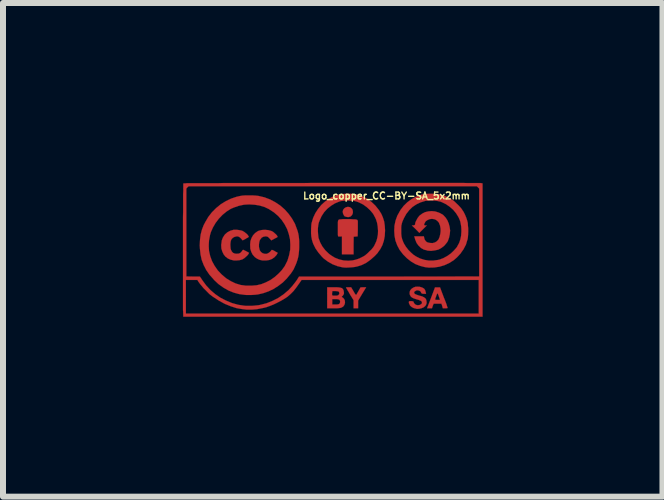
<source format=kicad_pcb>
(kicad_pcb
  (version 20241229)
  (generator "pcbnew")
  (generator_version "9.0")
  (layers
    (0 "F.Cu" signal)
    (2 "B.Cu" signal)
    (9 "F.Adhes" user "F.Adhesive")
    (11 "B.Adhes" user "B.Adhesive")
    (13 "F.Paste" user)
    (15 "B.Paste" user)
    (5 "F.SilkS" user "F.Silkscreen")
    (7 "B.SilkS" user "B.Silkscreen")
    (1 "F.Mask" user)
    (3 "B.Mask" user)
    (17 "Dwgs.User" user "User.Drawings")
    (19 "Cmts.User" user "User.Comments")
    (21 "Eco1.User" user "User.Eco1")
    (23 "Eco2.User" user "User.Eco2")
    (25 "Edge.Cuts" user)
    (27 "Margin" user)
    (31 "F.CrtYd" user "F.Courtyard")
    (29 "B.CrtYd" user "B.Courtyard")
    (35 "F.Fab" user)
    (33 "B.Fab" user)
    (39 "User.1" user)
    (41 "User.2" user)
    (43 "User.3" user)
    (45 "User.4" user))
  (footprint "Logo_copper_CC-BY-SA_5x2mm"
    (layer "F.Cu")
    (at 2.496 1.116)
    (property "Reference" "Logo_copper_CC-BY-SA_5x2mm" (at 0.9 -0.9 0) (layer "F.SilkS") (effects (font (size 0.114 0.114) (thickness 0.023))))
    (attr exclude_from_pos_files exclude_from_bom)
    (fp_poly (pts (xy 0.34 -0.625) (xy 0.335 -0.599) (xy 0.323 -0.577) (xy 0.302 -0.556) (xy 0.272 -0.546) (xy 0.269 -0.546) (xy 0.251 -0.546) (xy 0.231 -0.549) (xy 0.226 -0.551) (xy 0.208 -0.556) (xy 0.201 -0.561) (xy 0.198 -0.561) (xy 0.196 -0.566) (xy 0.188 -0.577) (xy 0.185 -0.582) (xy 0.173 -0.612) (xy 0.17 -0.643) (xy 0.18 -0.671) (xy 0.198 -0.693) (xy 0.224 -0.709) (xy 0.254 -0.716) (xy 0.259 -0.716) (xy 0.29 -0.711) (xy 0.312 -0.696) (xy 0.33 -0.676) (xy 0.338 -0.65) (xy 0.34 -0.625)) (stroke (width 0.003) (type solid)) (fill yes) (layer "F.Cu"))
    (fp_poly (pts (xy 0.561 0.625) (xy 0.493 0.737) (xy 0.427 0.848) (xy 0.427 0.912) (xy 0.427 0.975) (xy 0.389 0.975) (xy 0.351 0.975) (xy 0.351 0.909) (xy 0.351 0.841) (xy 0.287 0.737) (xy 0.269 0.704) (xy 0.251 0.676) (xy 0.239 0.653) (xy 0.229 0.638) (xy 0.224 0.63) (xy 0.229 0.627) (xy 0.244 0.625) (xy 0.264 0.625) (xy 0.267 0.625) (xy 0.31 0.625) (xy 0.351 0.693) (xy 0.368 0.724) (xy 0.381 0.742) (xy 0.391 0.752) (xy 0.396 0.752) (xy 0.401 0.742) (xy 0.411 0.726) (xy 0.424 0.704) (xy 0.434 0.686) (xy 0.467 0.627) (xy 0.513 0.625) (xy 0.561 0.625)) (stroke (width 0.003) (type solid)) (fill yes) (layer "F.Cu"))
    (fp_poly (pts (xy 1.92 0.97) (xy 1.915 0.973) (xy 1.9 0.975) (xy 1.88 0.975) (xy 1.839 0.975) (xy 1.829 0.937) (xy 1.816 0.899) (xy 1.793 0.899) (xy 1.793 0.836) (xy 1.773 0.777) (xy 1.765 0.754) (xy 1.755 0.734) (xy 1.75 0.726) (xy 1.75 0.724) (xy 1.745 0.732) (xy 1.737 0.749) (xy 1.73 0.77) (xy 1.722 0.792) (xy 1.714 0.813) (xy 1.712 0.828) (xy 1.709 0.831) (xy 1.717 0.833) (xy 1.732 0.836) (xy 1.75 0.836) (xy 1.793 0.836) (xy 1.793 0.899) (xy 1.75 0.899) (xy 1.687 0.899) (xy 1.671 0.937) (xy 1.659 0.975) (xy 1.618 0.975) (xy 1.577 0.975) (xy 1.643 0.803) (xy 1.709 0.627) (xy 1.753 0.627) (xy 1.793 0.627) (xy 1.857 0.798) (xy 1.875 0.841) (xy 1.89 0.881) (xy 1.902 0.914) (xy 1.91 0.942) (xy 1.918 0.963) (xy 1.92 0.97)) (stroke (width 0.003) (type solid)) (fill yes) (layer "F.Cu"))
    (fp_poly (pts (xy 0.422 -0.452) (xy 0.422 -0.432) (xy 0.422 -0.404) (xy 0.422 -0.371) (xy 0.422 -0.338) (xy 0.419 -0.224) (xy 0.386 -0.221) (xy 0.353 -0.218) (xy 0.351 -0.071) (xy 0.351 0.076) (xy 0.254 0.076) (xy 0.157 0.076) (xy 0.157 -0.074) (xy 0.157 -0.224) (xy 0.132 -0.221) (xy 0.112 -0.221) (xy 0.099 -0.221) (xy 0.097 -0.221) (xy 0.094 -0.226) (xy 0.091 -0.236) (xy 0.089 -0.254) (xy 0.089 -0.282) (xy 0.089 -0.32) (xy 0.089 -0.353) (xy 0.089 -0.396) (xy 0.089 -0.432) (xy 0.089 -0.457) (xy 0.091 -0.475) (xy 0.094 -0.488) (xy 0.097 -0.495) (xy 0.099 -0.495) (xy 0.102 -0.5) (xy 0.107 -0.503) (xy 0.114 -0.505) (xy 0.124 -0.508) (xy 0.142 -0.508) (xy 0.168 -0.511) (xy 0.201 -0.511) (xy 0.246 -0.511) (xy 0.254 -0.511) (xy 0.305 -0.511) (xy 0.343 -0.508) (xy 0.373 -0.508) (xy 0.394 -0.505) (xy 0.409 -0.5) (xy 0.417 -0.495) (xy 0.419 -0.485) (xy 0.422 -0.475) (xy 0.422 -0.462) (xy 0.422 -0.452)) (stroke (width 0.003) (type solid)) (fill yes) (layer "F.Cu"))
    (fp_poly (pts (xy -1.392 0.051) (xy -1.402 0.071) (xy -1.42 0.094) (xy -1.445 0.117) (xy -1.471 0.14) (xy -1.499 0.157) (xy -1.504 0.16) (xy -1.549 0.173) (xy -1.603 0.178) (xy -1.643 0.178) (xy -1.699 0.165) (xy -1.745 0.145) (xy -1.786 0.114) (xy -1.816 0.076) (xy -1.839 0.028) (xy -1.854 -0.023) (xy -1.857 -0.084) (xy -1.854 -0.099) (xy -1.847 -0.155) (xy -1.829 -0.203) (xy -1.803 -0.244) (xy -1.793 -0.257) (xy -1.753 -0.292) (xy -1.704 -0.318) (xy -1.651 -0.333) (xy -1.595 -0.333) (xy -1.57 -0.33) (xy -1.539 -0.325) (xy -1.509 -0.318) (xy -1.488 -0.307) (xy -1.471 -0.297) (xy -1.448 -0.279) (xy -1.427 -0.262) (xy -1.412 -0.244) (xy -1.4 -0.226) (xy -1.397 -0.218) (xy -1.402 -0.211) (xy -1.417 -0.201) (xy -1.438 -0.191) (xy -1.448 -0.183) (xy -1.499 -0.157) (xy -1.529 -0.191) (xy -1.547 -0.208) (xy -1.56 -0.216) (xy -1.572 -0.221) (xy -1.587 -0.224) (xy -1.598 -0.224) (xy -1.633 -0.216) (xy -1.661 -0.201) (xy -1.687 -0.175) (xy -1.687 -0.17) (xy -1.697 -0.15) (xy -1.702 -0.117) (xy -1.704 -0.084) (xy -1.702 -0.046) (xy -1.699 -0.015) (xy -1.694 0) (xy -1.679 0.03) (xy -1.659 0.051) (xy -1.628 0.064) (xy -1.598 0.066) (xy -1.565 0.064) (xy -1.539 0.053) (xy -1.519 0.033) (xy -1.509 0.02) (xy -1.499 0.005) (xy -1.491 0) (xy -1.483 0.003) (xy -1.468 0.01) (xy -1.448 0.02) (xy -1.438 0.025) (xy -1.392 0.051)) (stroke (width 0.003) (type solid)) (fill yes) (layer "F.Cu"))
    (fp_poly (pts (xy -0.917 0.051) (xy -0.917 0.058) (xy -0.925 0.071) (xy -0.932 0.084) (xy -0.968 0.124) (xy -1.008 0.152) (xy -1.054 0.17) (xy -1.107 0.178) (xy -1.166 0.178) (xy -1.214 0.168) (xy -1.255 0.15) (xy -1.293 0.124) (xy -1.3 0.117) (xy -1.333 0.079) (xy -1.356 0.033) (xy -1.372 -0.02) (xy -1.372 -0.03) (xy -1.374 -0.089) (xy -1.369 -0.145) (xy -1.351 -0.196) (xy -1.326 -0.241) (xy -1.293 -0.277) (xy -1.252 -0.307) (xy -1.229 -0.318) (xy -1.179 -0.33) (xy -1.125 -0.333) (xy -1.072 -0.328) (xy -1.024 -0.315) (xy -1.016 -0.312) (xy -0.993 -0.3) (xy -0.968 -0.279) (xy -0.945 -0.259) (xy -0.927 -0.239) (xy -0.922 -0.229) (xy -0.917 -0.221) (xy -0.917 -0.213) (xy -0.925 -0.208) (xy -0.937 -0.201) (xy -0.958 -0.191) (xy -0.968 -0.185) (xy -1.021 -0.157) (xy -1.052 -0.191) (xy -1.069 -0.208) (xy -1.079 -0.216) (xy -1.092 -0.221) (xy -1.11 -0.224) (xy -1.118 -0.224) (xy -1.153 -0.218) (xy -1.181 -0.203) (xy -1.201 -0.178) (xy -1.212 -0.163) (xy -1.222 -0.13) (xy -1.227 -0.089) (xy -1.227 -0.048) (xy -1.219 -0.01) (xy -1.214 0.008) (xy -1.194 0.036) (xy -1.168 0.056) (xy -1.138 0.066) (xy -1.105 0.069) (xy -1.074 0.058) (xy -1.046 0.038) (xy -1.031 0.023) (xy -1.021 0.01) (xy -1.019 0.005) (xy -1.016 0.003) (xy -1.006 0.003) (xy -0.991 0.008) (xy -0.968 0.02) (xy -0.947 0.033) (xy -0.927 0.043) (xy -0.917 0.048) (xy -0.917 0.051)) (stroke (width 0.003) (type solid)) (fill yes) (layer "F.Cu"))
    (fp_poly (pts (xy 0.208 0.886) (xy 0.198 0.919) (xy 0.178 0.947) (xy 0.15 0.963) (xy 0.137 0.968) (xy 0.127 0.97) (xy 0.127 0.866) (xy 0.124 0.848) (xy 0.117 0.836) (xy 0.114 0.833) (xy 0.114 0.721) (xy 0.107 0.704) (xy 0.104 0.699) (xy 0.094 0.693) (xy 0.076 0.691) (xy 0.048 0.688) (xy 0.043 0.688) (xy -0.003 0.688) (xy -0.005 0.709) (xy -0.008 0.729) (xy -0.008 0.747) (xy -0.005 0.757) (xy 0 0.762) (xy 0.005 0.765) (xy 0.023 0.765) (xy 0.038 0.765) (xy 0.071 0.765) (xy 0.094 0.759) (xy 0.099 0.754) (xy 0.112 0.739) (xy 0.114 0.721) (xy 0.114 0.833) (xy 0.102 0.828) (xy 0.076 0.823) (xy 0.046 0.823) (xy -0.005 0.823) (xy -0.005 0.866) (xy -0.005 0.912) (xy 0.048 0.912) (xy 0.079 0.912) (xy 0.097 0.909) (xy 0.109 0.904) (xy 0.114 0.902) (xy 0.124 0.884) (xy 0.127 0.866) (xy 0.127 0.97) (xy 0.124 0.97) (xy 0.107 0.973) (xy 0.081 0.975) (xy 0.048 0.975) (xy 0.015 0.975) (xy -0.089 0.975) (xy -0.089 0.8) (xy -0.089 0.625) (xy 0.015 0.625) (xy 0.061 0.625) (xy 0.097 0.627) (xy 0.122 0.63) (xy 0.142 0.635) (xy 0.157 0.64) (xy 0.168 0.65) (xy 0.173 0.655) (xy 0.183 0.673) (xy 0.188 0.699) (xy 0.191 0.724) (xy 0.188 0.737) (xy 0.18 0.752) (xy 0.168 0.77) (xy 0.165 0.77) (xy 0.155 0.78) (xy 0.155 0.787) (xy 0.157 0.79) (xy 0.175 0.8) (xy 0.193 0.82) (xy 0.203 0.841) (xy 0.206 0.851) (xy 0.208 0.886)) (stroke (width 0.003) (type solid)) (fill yes) (layer "F.Cu"))
    (fp_poly (pts (xy 1.57 0.886) (xy 1.562 0.912) (xy 1.549 0.935) (xy 1.544 0.94) (xy 1.519 0.96) (xy 1.483 0.975) (xy 1.445 0.983) (xy 1.405 0.986) (xy 1.4 0.983) (xy 1.356 0.973) (xy 1.321 0.955) (xy 1.293 0.93) (xy 1.278 0.897) (xy 1.275 0.892) (xy 1.273 0.874) (xy 1.275 0.861) (xy 1.288 0.856) (xy 1.308 0.856) (xy 1.313 0.856) (xy 1.333 0.859) (xy 1.346 0.861) (xy 1.351 0.869) (xy 1.354 0.879) (xy 1.369 0.902) (xy 1.389 0.917) (xy 1.417 0.925) (xy 1.448 0.922) (xy 1.466 0.914) (xy 1.483 0.904) (xy 1.491 0.889) (xy 1.491 0.871) (xy 1.486 0.864) (xy 1.478 0.853) (xy 1.46 0.846) (xy 1.438 0.836) (xy 1.402 0.826) (xy 1.384 0.82) (xy 1.354 0.81) (xy 1.333 0.8) (xy 1.318 0.79) (xy 1.308 0.782) (xy 1.29 0.752) (xy 1.285 0.724) (xy 1.288 0.696) (xy 1.3 0.671) (xy 1.321 0.648) (xy 1.349 0.63) (xy 1.382 0.617) (xy 1.417 0.615) (xy 1.453 0.617) (xy 1.496 0.63) (xy 1.527 0.648) (xy 1.544 0.673) (xy 1.554 0.706) (xy 1.56 0.734) (xy 1.521 0.734) (xy 1.501 0.732) (xy 1.491 0.729) (xy 1.483 0.724) (xy 1.478 0.714) (xy 1.466 0.693) (xy 1.445 0.681) (xy 1.422 0.676) (xy 1.397 0.678) (xy 1.377 0.691) (xy 1.374 0.691) (xy 1.361 0.706) (xy 1.361 0.716) (xy 1.367 0.729) (xy 1.369 0.732) (xy 1.384 0.742) (xy 1.41 0.752) (xy 1.448 0.765) (xy 1.45 0.765) (xy 1.494 0.777) (xy 1.524 0.792) (xy 1.547 0.808) (xy 1.56 0.828) (xy 1.567 0.851) (xy 1.567 0.856) (xy 1.57 0.886)) (stroke (width 0.003) (type solid)) (fill yes) (layer "F.Cu"))
    (fp_poly (pts (xy 1.961 -0.323) (xy 1.956 -0.262) (xy 1.943 -0.201) (xy 1.923 -0.145) (xy 1.91 -0.124) (xy 1.89 -0.099) (xy 1.869 -0.074) (xy 1.867 -0.071) (xy 1.819 -0.033) (xy 1.765 -0.003) (xy 1.707 0.01) (xy 1.643 0.018) (xy 1.58 0.013) (xy 1.577 0.01) (xy 1.524 -0.003) (xy 1.476 -0.03) (xy 1.435 -0.069) (xy 1.402 -0.114) (xy 1.379 -0.17) (xy 1.369 -0.206) (xy 1.364 -0.224) (xy 1.445 -0.224) (xy 1.524 -0.224) (xy 1.529 -0.196) (xy 1.537 -0.17) (xy 1.554 -0.145) (xy 1.575 -0.127) (xy 1.577 -0.127) (xy 1.59 -0.122) (xy 1.61 -0.117) (xy 1.626 -0.114) (xy 1.669 -0.112) (xy 1.707 -0.122) (xy 1.74 -0.142) (xy 1.768 -0.173) (xy 1.786 -0.216) (xy 1.798 -0.267) (xy 1.803 -0.312) (xy 1.801 -0.361) (xy 1.793 -0.404) (xy 1.778 -0.442) (xy 1.778 -0.447) (xy 1.755 -0.475) (xy 1.727 -0.498) (xy 1.697 -0.511) (xy 1.656 -0.516) (xy 1.618 -0.511) (xy 1.582 -0.495) (xy 1.554 -0.475) (xy 1.539 -0.45) (xy 1.529 -0.429) (xy 1.527 -0.417) (xy 1.532 -0.409) (xy 1.544 -0.406) (xy 1.549 -0.406) (xy 1.572 -0.406) (xy 1.511 -0.345) (xy 1.448 -0.282) (xy 1.387 -0.345) (xy 1.323 -0.406) (xy 1.346 -0.406) (xy 1.367 -0.411) (xy 1.377 -0.422) (xy 1.379 -0.439) (xy 1.382 -0.455) (xy 1.392 -0.478) (xy 1.405 -0.503) (xy 1.42 -0.531) (xy 1.438 -0.554) (xy 1.45 -0.569) (xy 1.494 -0.602) (xy 1.542 -0.627) (xy 1.595 -0.64) (xy 1.651 -0.645) (xy 1.709 -0.64) (xy 1.768 -0.622) (xy 1.801 -0.607) (xy 1.847 -0.579) (xy 1.885 -0.538) (xy 1.915 -0.493) (xy 1.938 -0.439) (xy 1.953 -0.381) (xy 1.961 -0.323)) (stroke (width 0.003) (type solid)) (fill yes) (layer "F.Cu"))
    (fp_poly (pts (xy -0.556 -0.086) (xy -0.556 -0.041) (xy -0.559 0.018) (xy -0.564 0.071) (xy -0.572 0.119) (xy -0.584 0.165) (xy -0.599 0.211) (xy -0.612 0.244) (xy -0.65 0.328) (xy -0.701 0.406) (xy -0.704 0.406) (xy -0.704 -0.086) (xy -0.709 -0.175) (xy -0.729 -0.262) (xy -0.757 -0.345) (xy -0.798 -0.424) (xy -0.848 -0.498) (xy -0.907 -0.564) (xy -0.978 -0.625) (xy -1.057 -0.676) (xy -1.059 -0.678) (xy -1.135 -0.714) (xy -1.219 -0.739) (xy -1.303 -0.752) (xy -1.392 -0.757) (xy -1.478 -0.752) (xy -1.562 -0.734) (xy -1.643 -0.706) (xy -1.697 -0.683) (xy -1.768 -0.638) (xy -1.836 -0.582) (xy -1.897 -0.518) (xy -1.951 -0.447) (xy -1.994 -0.373) (xy -2.029 -0.295) (xy -2.042 -0.251) (xy -2.06 -0.157) (xy -2.065 -0.069) (xy -2.06 0.02) (xy -2.04 0.107) (xy -2.009 0.191) (xy -1.966 0.269) (xy -1.913 0.345) (xy -1.847 0.414) (xy -1.775 0.475) (xy -1.697 0.523) (xy -1.618 0.561) (xy -1.532 0.587) (xy -1.443 0.599) (xy -1.351 0.599) (xy -1.267 0.592) (xy -1.189 0.574) (xy -1.113 0.544) (xy -1.036 0.505) (xy -0.968 0.457) (xy -0.904 0.401) (xy -0.846 0.34) (xy -0.798 0.274) (xy -0.762 0.203) (xy -0.752 0.183) (xy -0.724 0.091) (xy -0.706 0) (xy -0.704 -0.086) (xy -0.704 0.406) (xy -0.762 0.478) (xy -0.828 0.544) (xy -0.904 0.602) (xy -0.983 0.653) (xy -1.067 0.693) (xy -1.156 0.724) (xy -1.242 0.744) (xy -1.285 0.749) (xy -1.326 0.752) (xy -1.359 0.754) (xy -1.384 0.754) (xy -1.41 0.754) (xy -1.435 0.754) (xy -1.458 0.752) (xy -1.557 0.739) (xy -1.648 0.714) (xy -1.737 0.678) (xy -1.821 0.63) (xy -1.902 0.572) (xy -1.981 0.498) (xy -1.981 0.495) (xy -2.05 0.419) (xy -2.106 0.338) (xy -2.149 0.254) (xy -2.182 0.168) (xy -2.202 0.074) (xy -2.212 -0.023) (xy -2.215 -0.076) (xy -2.21 -0.168) (xy -2.2 -0.251) (xy -2.179 -0.333) (xy -2.149 -0.411) (xy -2.123 -0.46) (xy -2.073 -0.546) (xy -2.012 -0.625) (xy -1.941 -0.696) (xy -1.864 -0.759) (xy -1.781 -0.81) (xy -1.692 -0.853) (xy -1.6 -0.884) (xy -1.542 -0.897) (xy -1.499 -0.904) (xy -1.448 -0.907) (xy -1.392 -0.907) (xy -1.336 -0.907) (xy -1.285 -0.904) (xy -1.24 -0.899) (xy -1.229 -0.897) (xy -1.133 -0.874) (xy -1.039 -0.838) (xy -0.953 -0.792) (xy -0.871 -0.737) (xy -0.798 -0.673) (xy -0.732 -0.599) (xy -0.676 -0.521) (xy -0.627 -0.434) (xy -0.592 -0.34) (xy -0.584 -0.318) (xy -0.572 -0.274) (xy -0.564 -0.231) (xy -0.559 -0.188) (xy -0.556 -0.142) (xy -0.556 -0.086)) (stroke (width 0.003) (type solid)) (fill yes) (layer "F.Cu"))
    (fp_poly (pts (xy 0.876 -0.318) (xy 0.871 -0.231) (xy 0.856 -0.152) (xy 0.833 -0.081) (xy 0.798 -0.013) (xy 0.759 0.041) (xy 0.759 -0.318) (xy 0.754 -0.386) (xy 0.744 -0.447) (xy 0.726 -0.505) (xy 0.711 -0.538) (xy 0.676 -0.602) (xy 0.627 -0.66) (xy 0.572 -0.711) (xy 0.508 -0.757) (xy 0.442 -0.79) (xy 0.401 -0.805) (xy 0.381 -0.81) (xy 0.361 -0.815) (xy 0.338 -0.818) (xy 0.31 -0.818) (xy 0.274 -0.82) (xy 0.257 -0.82) (xy 0.218 -0.818) (xy 0.188 -0.818) (xy 0.163 -0.815) (xy 0.142 -0.813) (xy 0.122 -0.808) (xy 0.114 -0.805) (xy 0.041 -0.775) (xy -0.025 -0.734) (xy -0.086 -0.686) (xy -0.14 -0.627) (xy -0.183 -0.561) (xy -0.216 -0.488) (xy -0.231 -0.447) (xy -0.239 -0.406) (xy -0.244 -0.358) (xy -0.244 -0.307) (xy -0.241 -0.259) (xy -0.236 -0.213) (xy -0.234 -0.198) (xy -0.206 -0.122) (xy -0.168 -0.053) (xy -0.119 0.01) (xy -0.061 0.066) (xy -0.028 0.091) (xy 0.038 0.132) (xy 0.109 0.16) (xy 0.185 0.178) (xy 0.264 0.183) (xy 0.33 0.178) (xy 0.389 0.165) (xy 0.447 0.145) (xy 0.503 0.117) (xy 0.518 0.109) (xy 0.538 0.097) (xy 0.564 0.076) (xy 0.592 0.051) (xy 0.617 0.025) (xy 0.648 -0.003) (xy 0.668 -0.028) (xy 0.686 -0.051) (xy 0.699 -0.074) (xy 0.706 -0.089) (xy 0.732 -0.145) (xy 0.747 -0.201) (xy 0.757 -0.257) (xy 0.759 -0.318) (xy 0.759 0.041) (xy 0.754 0.051) (xy 0.704 0.104) (xy 0.635 0.165) (xy 0.564 0.216) (xy 0.488 0.254) (xy 0.409 0.279) (xy 0.406 0.279) (xy 0.368 0.287) (xy 0.325 0.292) (xy 0.277 0.295) (xy 0.229 0.297) (xy 0.188 0.295) (xy 0.163 0.292) (xy 0.079 0.272) (xy 0 0.241) (xy -0.076 0.198) (xy -0.147 0.145) (xy -0.178 0.114) (xy -0.236 0.046) (xy -0.284 -0.023) (xy -0.323 -0.102) (xy -0.343 -0.165) (xy -0.348 -0.193) (xy -0.353 -0.218) (xy -0.356 -0.246) (xy -0.358 -0.277) (xy -0.358 -0.315) (xy -0.356 -0.373) (xy -0.353 -0.422) (xy -0.348 -0.45) (xy -0.323 -0.533) (xy -0.287 -0.61) (xy -0.241 -0.681) (xy -0.188 -0.747) (xy -0.124 -0.805) (xy -0.056 -0.853) (xy 0.015 -0.892) (xy 0.097 -0.919) (xy 0.112 -0.922) (xy 0.15 -0.93) (xy 0.198 -0.932) (xy 0.249 -0.935) (xy 0.302 -0.935) (xy 0.353 -0.93) (xy 0.396 -0.925) (xy 0.417 -0.919) (xy 0.5 -0.892) (xy 0.577 -0.851) (xy 0.65 -0.798) (xy 0.714 -0.737) (xy 0.772 -0.665) (xy 0.777 -0.658) (xy 0.815 -0.597) (xy 0.841 -0.536) (xy 0.861 -0.472) (xy 0.871 -0.404) (xy 0.876 -0.325) (xy 0.876 -0.318)) (stroke (width 0.003) (type solid)) (fill yes) (layer "F.Cu"))
    (fp_poly (pts (xy 2.263 -0.305) (xy 2.261 -0.254) (xy 2.258 -0.211) (xy 2.253 -0.175) (xy 2.25 -0.17) (xy 2.225 -0.086) (xy 2.184 -0.008) (xy 2.149 0.041) (xy 2.149 -0.3) (xy 2.149 -0.338) (xy 2.146 -0.389) (xy 2.139 -0.432) (xy 2.131 -0.472) (xy 2.116 -0.511) (xy 2.101 -0.544) (xy 2.06 -0.61) (xy 2.012 -0.668) (xy 1.953 -0.719) (xy 1.89 -0.762) (xy 1.821 -0.795) (xy 1.801 -0.803) (xy 1.755 -0.813) (xy 1.704 -0.82) (xy 1.648 -0.823) (xy 1.593 -0.82) (xy 1.544 -0.815) (xy 1.539 -0.813) (xy 1.466 -0.79) (xy 1.397 -0.757) (xy 1.333 -0.714) (xy 1.278 -0.66) (xy 1.229 -0.597) (xy 1.191 -0.528) (xy 1.166 -0.472) (xy 1.158 -0.447) (xy 1.153 -0.424) (xy 1.148 -0.406) (xy 1.146 -0.384) (xy 1.146 -0.356) (xy 1.146 -0.32) (xy 1.146 -0.267) (xy 1.151 -0.218) (xy 1.161 -0.178) (xy 1.176 -0.137) (xy 1.191 -0.104) (xy 1.222 -0.053) (xy 1.26 -0.003) (xy 1.303 0.041) (xy 1.351 0.084) (xy 1.394 0.112) (xy 1.46 0.145) (xy 1.532 0.168) (xy 1.605 0.18) (xy 1.681 0.18) (xy 1.755 0.17) (xy 1.781 0.165) (xy 1.847 0.14) (xy 1.913 0.104) (xy 1.974 0.061) (xy 2.027 0.01) (xy 2.073 -0.043) (xy 2.106 -0.104) (xy 2.111 -0.112) (xy 2.131 -0.17) (xy 2.144 -0.231) (xy 2.149 -0.3) (xy 2.149 0.041) (xy 2.136 0.061) (xy 2.075 0.127) (xy 2.022 0.173) (xy 1.946 0.221) (xy 1.867 0.257) (xy 1.783 0.282) (xy 1.697 0.295) (xy 1.608 0.297) (xy 1.544 0.29) (xy 1.463 0.269) (xy 1.384 0.239) (xy 1.311 0.196) (xy 1.242 0.142) (xy 1.179 0.079) (xy 1.171 0.069) (xy 1.118 0) (xy 1.079 -0.074) (xy 1.049 -0.155) (xy 1.034 -0.236) (xy 1.029 -0.32) (xy 1.034 -0.406) (xy 1.052 -0.49) (xy 1.082 -0.572) (xy 1.092 -0.589) (xy 1.133 -0.663) (xy 1.186 -0.732) (xy 1.247 -0.792) (xy 1.316 -0.843) (xy 1.389 -0.884) (xy 1.468 -0.914) (xy 1.486 -0.919) (xy 1.509 -0.925) (xy 1.532 -0.93) (xy 1.554 -0.932) (xy 1.582 -0.932) (xy 1.618 -0.935) (xy 1.648 -0.935) (xy 1.694 -0.932) (xy 1.727 -0.932) (xy 1.753 -0.93) (xy 1.775 -0.927) (xy 1.798 -0.922) (xy 1.808 -0.919) (xy 1.862 -0.902) (xy 1.915 -0.879) (xy 1.968 -0.851) (xy 2.007 -0.826) (xy 2.035 -0.805) (xy 2.065 -0.775) (xy 2.098 -0.744) (xy 2.129 -0.711) (xy 2.154 -0.681) (xy 2.162 -0.668) (xy 2.187 -0.63) (xy 2.21 -0.584) (xy 2.23 -0.536) (xy 2.245 -0.49) (xy 2.248 -0.48) (xy 2.256 -0.447) (xy 2.258 -0.404) (xy 2.263 -0.356) (xy 2.263 -0.305)) (stroke (width 0.003) (type solid)) (fill yes) (layer "F.Cu"))
    (fp_poly (pts (xy 2.502 1.115) (xy 2.446 1.115) (xy 2.446 0.445) (xy 2.446 -0.287) (xy 2.446 -1.021) (xy 2.426 -1.041) (xy 2.408 -1.059) (xy 0.003 -1.059) (xy -2.4 -1.059) (xy -2.421 -1.041) (xy -2.438 -1.021) (xy -2.438 -0.287) (xy -2.438 0.445) (xy -2.324 0.447) (xy -2.212 0.447) (xy -2.169 0.511) (xy -2.108 0.594) (xy -2.037 0.671) (xy -1.958 0.739) (xy -1.869 0.8) (xy -1.775 0.848) (xy -1.676 0.889) (xy -1.575 0.917) (xy -1.491 0.93) (xy -1.448 0.935) (xy -1.397 0.935) (xy -1.341 0.935) (xy -1.288 0.93) (xy -1.237 0.925) (xy -1.206 0.919) (xy -1.1 0.892) (xy -0.998 0.851) (xy -0.904 0.803) (xy -0.815 0.742) (xy -0.732 0.671) (xy -0.699 0.635) (xy -0.671 0.605) (xy -0.643 0.569) (xy -0.615 0.533) (xy -0.599 0.511) (xy -0.559 0.447) (xy 0.942 0.447) (xy 2.446 0.445) (xy 2.446 1.115) (xy 2.438 1.115) (xy 2.438 1.064) (xy 2.438 0.785) (xy 2.438 0.503) (xy 0.96 0.503) (xy -0.516 0.503) (xy -0.556 0.561) (xy -0.605 0.63) (xy -0.653 0.691) (xy -0.701 0.739) (xy -0.754 0.785) (xy -0.813 0.823) (xy -0.856 0.848) (xy -0.925 0.884) (xy -0.988 0.914) (xy -1.046 0.937) (xy -1.105 0.958) (xy -1.168 0.973) (xy -1.171 0.973) (xy -1.262 0.991) (xy -1.349 0.998) (xy -1.43 0.998) (xy -1.514 0.988) (xy -1.6 0.973) (xy -1.697 0.942) (xy -1.796 0.902) (xy -1.895 0.848) (xy -1.996 0.782) (xy -2.029 0.757) (xy -2.055 0.737) (xy -2.085 0.706) (xy -2.118 0.673) (xy -2.151 0.64) (xy -2.182 0.602) (xy -2.21 0.569) (xy -2.23 0.541) (xy -2.243 0.523) (xy -2.253 0.503) (xy -2.349 0.503) (xy -2.446 0.503) (xy -2.446 0.785) (xy -2.446 1.064) (xy -0.003 1.064) (xy 2.438 1.064) (xy 2.438 1.115) (xy 0.005 1.115) (xy -2.489 1.115) (xy -2.492 1.026) (xy -2.494 1.006) (xy -2.494 0.978) (xy -2.494 0.937) (xy -2.494 0.886) (xy -2.494 0.828) (xy -2.494 0.762) (xy -2.494 0.688) (xy -2.494 0.61) (xy -2.494 0.523) (xy -2.494 0.434) (xy -2.494 0.34) (xy -2.494 0.244) (xy -2.494 0.145) (xy -2.494 0.043) (xy -2.494 -0.056) (xy -2.494 -0.157) (xy -2.494 -0.257) (xy -2.494 -0.356) (xy -2.494 -0.452) (xy -2.494 -0.544) (xy -2.492 -0.632) (xy -2.492 -0.716) (xy -2.492 -0.792) (xy -2.492 -0.864) (xy -2.492 -0.927) (xy -2.489 -0.983) (xy -2.489 -1.029) (xy -2.489 -1.064) (xy -2.489 -1.092) (xy -2.487 -1.105) (xy -2.487 -1.107) (xy -2.482 -1.107) (xy -2.461 -1.107) (xy -2.431 -1.11) (xy -2.39 -1.11) (xy -2.337 -1.11) (xy -2.273 -1.11) (xy -2.202 -1.11) (xy -2.121 -1.11) (xy -2.032 -1.11) (xy -1.933 -1.11) (xy -1.829 -1.113) (xy -1.717 -1.113) (xy -1.598 -1.113) (xy -1.473 -1.113) (xy -1.344 -1.113) (xy -1.209 -1.113) (xy -1.069 -1.113) (xy -0.927 -1.113) (xy -0.782 -1.113) (xy -0.632 -1.113) (xy -0.483 -1.113) (xy -0.33 -1.115) (xy -0.175 -1.115) (xy -0.02 -1.115) (xy 0.13 -1.115) (xy 0.284 -1.115) (xy 0.437 -1.115) (xy 0.587 -1.115) (xy 0.737 -1.115) (xy 0.884 -1.115) (xy 1.026 -1.115) (xy 1.166 -1.115) (xy 1.303 -1.115) (xy 1.433 -1.115) (xy 1.56 -1.115) (xy 1.679 -1.115) (xy 1.791 -1.115) (xy 1.897 -1.115) (xy 1.996 -1.115) (xy 2.088 -1.115) (xy 2.172 -1.115) (xy 2.245 -1.113) (xy 2.311 -1.113) (xy 2.365 -1.113) (xy 2.408 -1.113) (xy 2.441 -1.113) (xy 2.464 -1.113) (xy 2.471 -1.113) (xy 2.502 -1.107) (xy 2.502 0.003) (xy 2.502 1.115)) (stroke (width 0.003) (type solid)) (fill yes) (layer "F.Cu")))
  (gr_rect
    (start -3 -3)
    (end 7.999 5.233)
    (stroke (width 0.1) (type default))
    (fill no)
    (layer "Edge.Cuts")))
</source>
